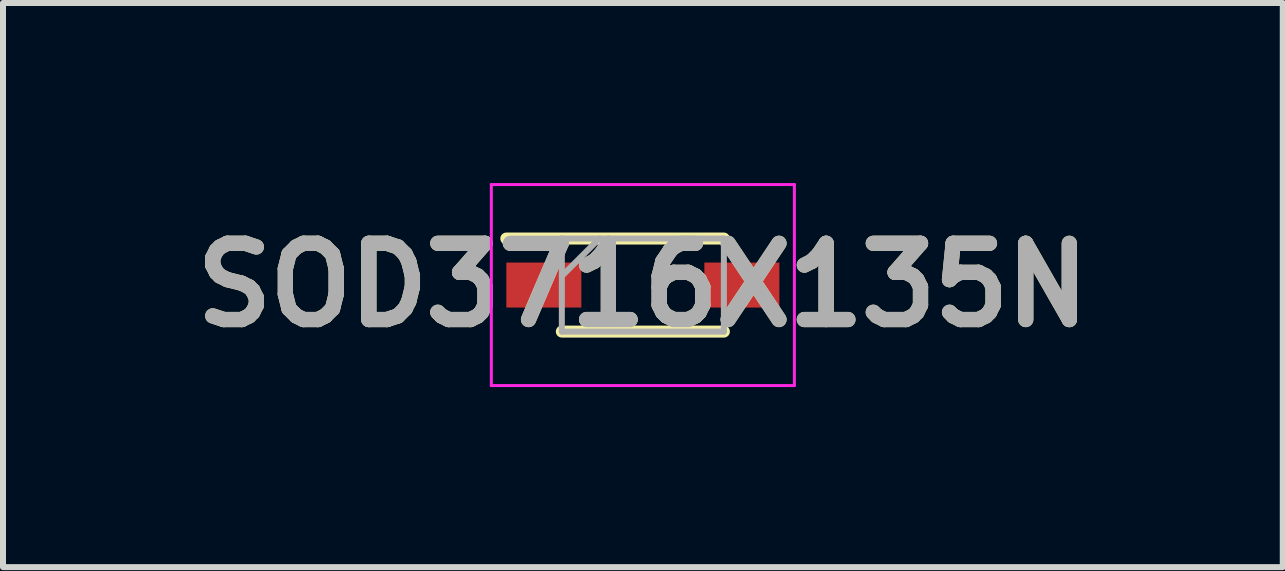
<source format=kicad_pcb>
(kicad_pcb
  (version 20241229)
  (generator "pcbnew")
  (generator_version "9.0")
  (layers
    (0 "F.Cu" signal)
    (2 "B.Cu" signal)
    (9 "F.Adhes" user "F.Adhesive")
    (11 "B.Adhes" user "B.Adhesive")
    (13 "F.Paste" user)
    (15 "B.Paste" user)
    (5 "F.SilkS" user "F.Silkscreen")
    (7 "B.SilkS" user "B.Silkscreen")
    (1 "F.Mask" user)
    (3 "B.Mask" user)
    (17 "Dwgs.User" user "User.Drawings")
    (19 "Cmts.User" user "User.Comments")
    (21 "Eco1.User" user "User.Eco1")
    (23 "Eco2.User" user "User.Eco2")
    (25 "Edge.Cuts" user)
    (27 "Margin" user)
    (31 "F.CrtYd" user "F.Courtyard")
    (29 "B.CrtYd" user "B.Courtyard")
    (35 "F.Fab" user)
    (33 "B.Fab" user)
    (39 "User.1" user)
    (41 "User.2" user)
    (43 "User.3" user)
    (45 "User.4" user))
  (footprint "SOD3716X135N"
    (layer "F.Cu")
    (at 7.662 1.7)
    (property "Reference" "SOD3716X135N" (at 0 0 0) (layer "F.SilkS") (effects (font (size 1.27 1.27) (thickness 0.254))))
    (attr smd)
    (fp_line (start -2.275 -0.775) (end 1.35 -0.775) (stroke (width 0.2) (type solid)) (layer "F.SilkS"))
    (fp_line (start -1.35 0.775) (end 1.35 0.775) (stroke (width 0.2) (type solid)) (layer "F.SilkS"))
    (fp_line (start -2.525 -1.675) (end 2.525 -1.675) (stroke (width 0.05) (type solid)) (layer "F.CrtYd"))
    (fp_line (start -2.525 1.675) (end -2.525 -1.675) (stroke (width 0.05) (type solid)) (layer "F.CrtYd"))
    (fp_line (start 2.525 -1.675) (end 2.525 1.675) (stroke (width 0.05) (type solid)) (layer "F.CrtYd"))
    (fp_line (start 2.525 1.675) (end -2.525 1.675) (stroke (width 0.05) (type solid)) (layer "F.CrtYd"))
    (fp_line (start -1.35 -0.775) (end 1.35 -0.775) (stroke (width 0.1) (type solid)) (layer "F.Fab"))
    (fp_line (start -1.35 -0.15) (end -0.725 -0.775) (stroke (width 0.1) (type solid)) (layer "F.Fab"))
    (fp_line (start -1.35 0.775) (end -1.35 -0.775) (stroke (width 0.1) (type solid)) (layer "F.Fab"))
    (fp_line (start 1.35 -0.775) (end 1.35 0.775) (stroke (width 0.1) (type solid)) (layer "F.Fab"))
    (fp_line (start 1.35 0.775) (end -1.35 0.775) (stroke (width 0.1) (type solid)) (layer "F.Fab"))
    (fp_text user "${REFERENCE}" (at 0 0 0) (layer "F.Fab") (effects (font (size 1.27 1.27) (thickness 0.254))))
    (pad "1" smd rect (at -1.65 0 90) (size 0.75 1.25) (layers "F.Cu" "F.Mask" "F.Paste"))
    (pad "2" smd rect (at 1.65 0 90) (size 0.75 1.25) (layers "F.Cu" "F.Mask" "F.Paste")))
  (gr_rect
    (start -3 -3)
    (end 18.325 6.4)
    (stroke (width 0.1) (type default))
    (fill no)
    (layer "Edge.Cuts")))
</source>
